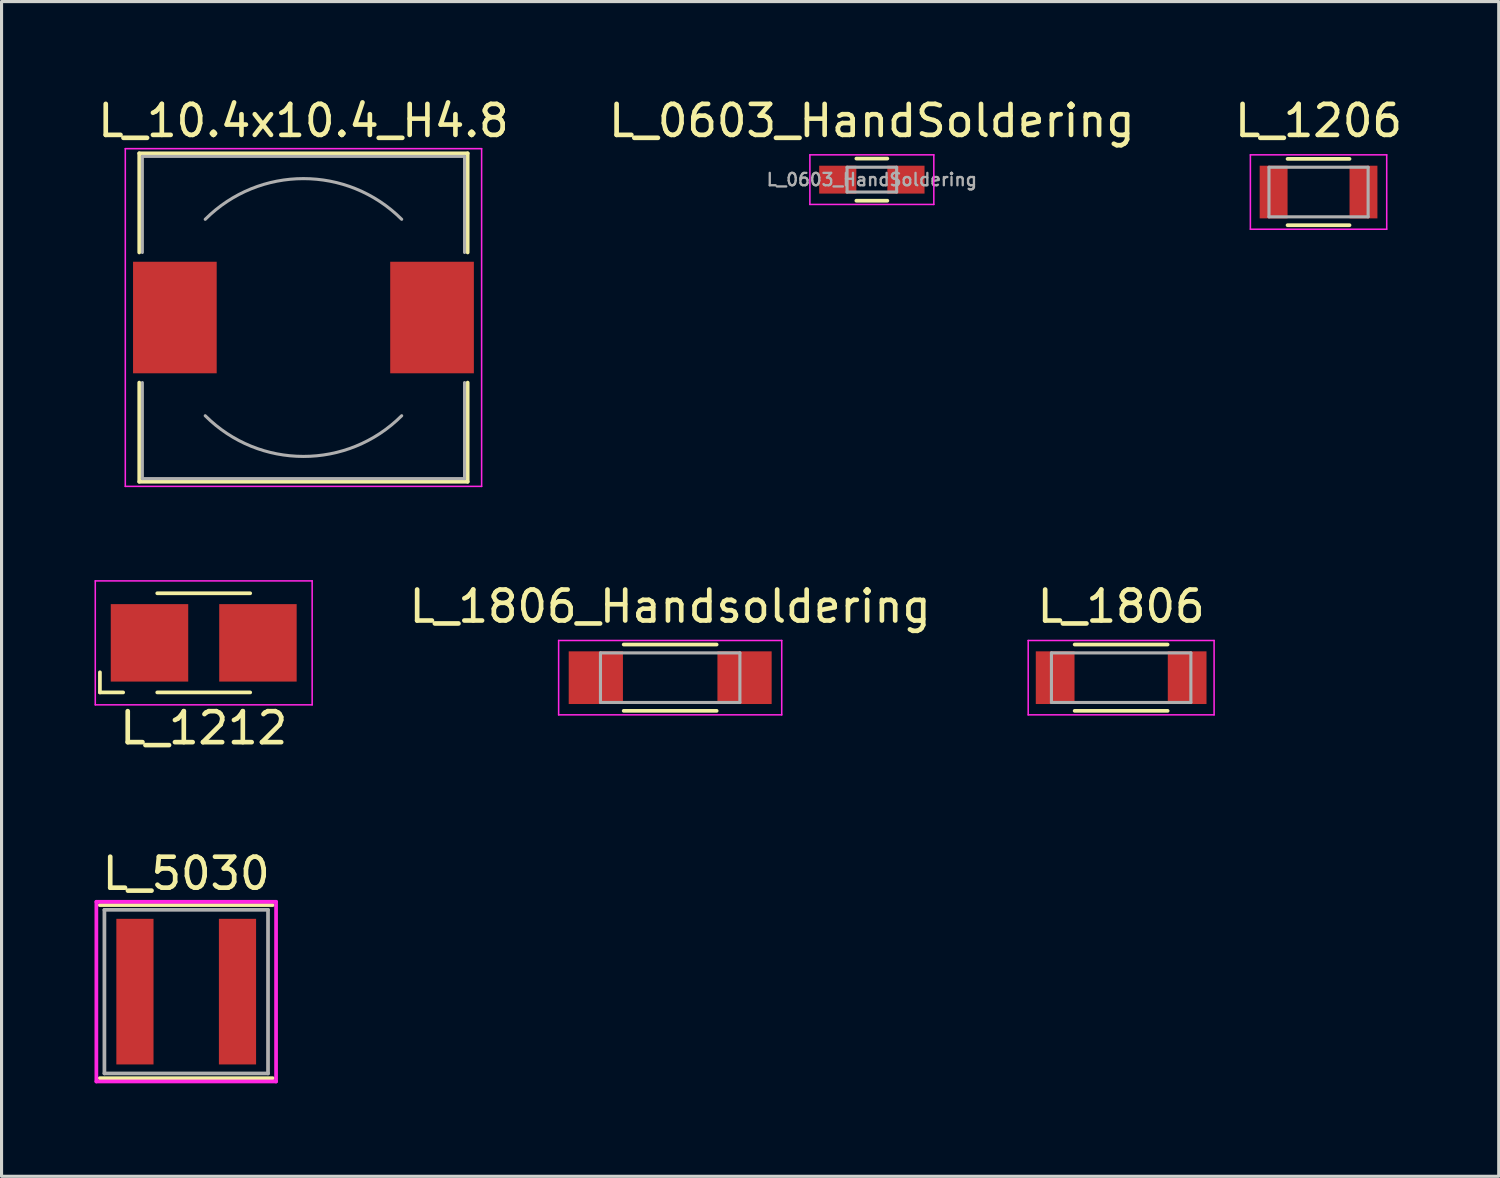
<source format=kicad_pcb>
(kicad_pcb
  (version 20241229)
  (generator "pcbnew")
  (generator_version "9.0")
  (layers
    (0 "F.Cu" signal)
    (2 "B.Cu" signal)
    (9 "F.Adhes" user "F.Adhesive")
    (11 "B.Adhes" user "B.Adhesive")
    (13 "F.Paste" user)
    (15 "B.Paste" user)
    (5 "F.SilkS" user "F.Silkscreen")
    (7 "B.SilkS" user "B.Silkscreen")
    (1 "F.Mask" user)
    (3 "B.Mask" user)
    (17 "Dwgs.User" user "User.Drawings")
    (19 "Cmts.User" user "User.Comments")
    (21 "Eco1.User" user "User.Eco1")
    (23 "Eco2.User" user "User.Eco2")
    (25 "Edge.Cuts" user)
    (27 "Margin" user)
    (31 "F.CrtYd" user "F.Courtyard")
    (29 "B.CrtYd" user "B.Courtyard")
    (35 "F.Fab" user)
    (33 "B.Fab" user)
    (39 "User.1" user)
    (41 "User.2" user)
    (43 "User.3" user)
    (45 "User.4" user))
  (footprint "L_1212"
    (layer "F.Cu")
    (at 3.525 17.698)
    (property "Reference" "L_1212" (at 0 2.75 0) (layer "F.SilkS") (effects (font (size 1 1) (thickness 0.15))))
    (attr smd)
    (fp_line (start -3.35 1.6) (end -3.35 0.95) (stroke (width 0.12) (type solid)) (layer "F.SilkS"))
    (fp_line (start -2.6 1.6) (end -3.35 1.6) (stroke (width 0.12) (type solid)) (layer "F.SilkS"))
    (fp_line (start -1.5 -1.6) (end 1.5 -1.6) (stroke (width 0.12) (type solid)) (layer "F.SilkS"))
    (fp_line (start 1.5 1.6) (end -1.5 1.6) (stroke (width 0.12) (type solid)) (layer "F.SilkS"))
    (fp_line (start -3.5 -2) (end 3.5 -2) (stroke (width 0.05) (type solid)) (layer "F.CrtYd"))
    (fp_line (start -3.5 2) (end -3.5 -2) (stroke (width 0.05) (type solid)) (layer "F.CrtYd"))
    (fp_line (start 3.5 -2) (end 3.5 2) (stroke (width 0.05) (type solid)) (layer "F.CrtYd"))
    (fp_line (start 3.5 2) (end -3.5 2) (stroke (width 0.05) (type solid)) (layer "F.CrtYd"))
    (pad "1" smd rect (at -1.75 0) (size 2.5 2.5) (layers "F.Cu" "F.Mask" "F.Paste"))
    (pad "2" smd rect (at 1.75 0) (size 2.5 2.5) (layers "F.Cu" "F.Mask" "F.Paste")))
  (footprint "L_5030"
    (layer "F.Cu")
    (at 2.96 28.955)
    (property "Reference" "L_5030" (at 0 -3.81 0) (layer "F.SilkS") (effects (font (size 1 1) (thickness 0.15))))
    (attr through_hole)
    (fp_line (start -2.794 -2.794) (end 2.794 -2.794) (stroke (width 0.12) (type solid)) (layer "F.SilkS"))
    (fp_line (start 2.794 2.794) (end -2.794 2.794) (stroke (width 0.12) (type solid)) (layer "F.SilkS"))
    (fp_line (start -2.9 -2.9) (end 2.9 -2.9) (stroke (width 0.12) (type solid)) (layer "F.CrtYd"))
    (fp_line (start -2.9 2.9) (end -2.9 -2.9) (stroke (width 0.12) (type solid)) (layer "F.CrtYd"))
    (fp_line (start 2.9 -2.9) (end 2.9 2.9) (stroke (width 0.12) (type solid)) (layer "F.CrtYd"))
    (fp_line (start 2.9 2.9) (end -2.9 2.9) (stroke (width 0.12) (type solid)) (layer "F.CrtYd"))
    (fp_line (start -2.64 -2.64) (end 2.64 -2.64) (stroke (width 0.12) (type solid)) (layer "F.Fab"))
    (fp_line (start -2.64 2.64) (end -2.64 -2.64) (stroke (width 0.12) (type solid)) (layer "F.Fab"))
    (fp_line (start 2.64 -2.64) (end 2.64 2.64) (stroke (width 0.12) (type solid)) (layer "F.Fab"))
    (fp_line (start 2.64 2.64) (end -2.64 2.64) (stroke (width 0.12) (type solid)) (layer "F.Fab"))
    (pad "1" smd rect (at -1.655 0) (size 1.2 4.7) (layers "F.Cu" "F.Mask" "F.Paste"))
    (pad "2" smd rect (at 1.655 0) (size 1.2 4.7) (layers "F.Cu" "F.Mask" "F.Paste")))
  (footprint "L_10.4x10.4_H4.8"
    (layer "F.Cu")
    (at 6.744 7.198)
    (property "Reference" "L_10.4x10.4_H4.8" (at 0 -6.35 0) (layer "F.SilkS") (effects (font (size 1 1) (thickness 0.15))))
    (attr smd)
    (fp_line (start -5.3 -5.3) (end 5.3 -5.3) (stroke (width 0.12) (type solid)) (layer "F.SilkS"))
    (fp_line (start -5.3 -2.1) (end -5.3 -5.3) (stroke (width 0.12) (type solid)) (layer "F.SilkS"))
    (fp_line (start -5.3 5.3) (end -5.3 2.1) (stroke (width 0.12) (type solid)) (layer "F.SilkS"))
    (fp_line (start 5.3 -5.3) (end 5.3 -2.1) (stroke (width 0.12) (type solid)) (layer "F.SilkS"))
    (fp_line (start 5.3 2.1) (end 5.3 5.3) (stroke (width 0.12) (type solid)) (layer "F.SilkS"))
    (fp_line (start 5.3 5.3) (end -5.3 5.3) (stroke (width 0.12) (type solid)) (layer "F.SilkS"))
    (fp_line (start -5.75 -5.45) (end -5.75 5.45) (stroke (width 0.05) (type solid)) (layer "F.CrtYd"))
    (fp_line (start -5.75 5.45) (end 5.75 5.45) (stroke (width 0.05) (type solid)) (layer "F.CrtYd"))
    (fp_line (start 5.75 -5.45) (end -5.75 -5.45) (stroke (width 0.05) (type solid)) (layer "F.CrtYd"))
    (fp_line (start 5.75 5.45) (end 5.75 -5.45) (stroke (width 0.05) (type solid)) (layer "F.CrtYd"))
    (fp_line (start -5.2 -5.2) (end -5.2 -2.1) (stroke (width 0.1) (type solid)) (layer "F.Fab"))
    (fp_line (start -5.2 -5.2) (end 5.2 -5.2) (stroke (width 0.1) (type solid)) (layer "F.Fab"))
    (fp_line (start -5.2 5.2) (end -5.2 2.1) (stroke (width 0.1) (type solid)) (layer "F.Fab"))
    (fp_line (start -5.2 5.2) (end 5.2 5.2) (stroke (width 0.1) (type solid)) (layer "F.Fab"))
    (fp_line (start 5.2 -5.2) (end 5.2 -2.1) (stroke (width 0.1) (type solid)) (layer "F.Fab"))
    (fp_line (start 5.2 5.2) (end 5.2 2.1) (stroke (width 0.1) (type solid)) (layer "F.Fab"))
    (fp_arc (start -3.17 -3.17) (mid 0 -4.483057) (end 3.17 -3.17) (stroke (width 0.1) (type solid)) (layer "F.Fab"))
    (fp_arc (start 3.17 3.17) (mid 0 4.483057) (end -3.17 3.17) (stroke (width 0.1) (type solid)) (layer "F.Fab"))
    (pad "1" smd rect (at -4.15 0) (size 2.7 3.6) (layers "F.Cu" "F.Mask" "F.Paste"))
    (pad "2" smd rect (at 4.15 0) (size 2.7 3.6) (layers "F.Cu" "F.Mask" "F.Paste")))
  (footprint "L_1806"
    (layer "F.Cu")
    (at 33.135 18.822)
    (property "Reference" "L_1806" (at 0 -2.3 0) (layer "F.SilkS") (effects (font (size 1 1) (thickness 0.15))))
    (attr smd)
    (fp_line (start -1.5 -1.07) (end 1.5 -1.07) (stroke (width 0.12) (type solid)) (layer "F.SilkS"))
    (fp_line (start 1.5 1.07) (end -1.5 1.07) (stroke (width 0.12) (type solid)) (layer "F.SilkS"))
    (fp_line (start -3 -1.2) (end -3 1.2) (stroke (width 0.05) (type solid)) (layer "F.CrtYd"))
    (fp_line (start -3 -1.2) (end 3 -1.2) (stroke (width 0.05) (type solid)) (layer "F.CrtYd"))
    (fp_line (start -3 1.2) (end 3 1.2) (stroke (width 0.05) (type solid)) (layer "F.CrtYd"))
    (fp_line (start 3 -1.2) (end 3 1.2) (stroke (width 0.05) (type solid)) (layer "F.CrtYd"))
    (fp_line (start -2.25 -0.8) (end 2.25 -0.8) (stroke (width 0.1) (type solid)) (layer "F.Fab"))
    (fp_line (start -2.25 0.8) (end -2.25 -0.8) (stroke (width 0.1) (type solid)) (layer "F.Fab"))
    (fp_line (start 2.25 -0.8) (end 2.25 0.8) (stroke (width 0.1) (type solid)) (layer "F.Fab"))
    (fp_line (start 2.25 0.8) (end -2.25 0.8) (stroke (width 0.1) (type solid)) (layer "F.Fab"))
    (pad "1" smd rect (at -2.13 0) (size 1.25 1.7) (layers "F.Cu" "F.Mask" "F.Paste"))
    (pad "2" smd rect (at 2.13 0) (size 1.25 1.7) (layers "F.Cu" "F.Mask" "F.Paste")))
  (footprint "L_0603_HandSoldering"
    (layer "F.Cu")
    (at 25.089 2.748)
    (property "Reference" "L_0603_HandSoldering" (at 0 -1.9 0) (layer "F.SilkS") (effects (font (size 1 1) (thickness 0.15))))
    (attr smd)
    (fp_line (start -0.5 -0.68) (end 0.5 -0.68) (stroke (width 0.12) (type solid)) (layer "F.SilkS"))
    (fp_line (start 0.5 0.68) (end -0.5 0.68) (stroke (width 0.12) (type solid)) (layer "F.SilkS"))
    (fp_line (start -2 -0.8) (end -2 0.8) (stroke (width 0.05) (type solid)) (layer "F.CrtYd"))
    (fp_line (start -2 -0.8) (end 2 -0.8) (stroke (width 0.05) (type solid)) (layer "F.CrtYd"))
    (fp_line (start -2 0.8) (end 2 0.8) (stroke (width 0.05) (type solid)) (layer "F.CrtYd"))
    (fp_line (start 2 -0.8) (end 2 0.8) (stroke (width 0.05) (type solid)) (layer "F.CrtYd"))
    (fp_line (start -0.8 -0.4) (end 0.8 -0.4) (stroke (width 0.1) (type solid)) (layer "F.Fab"))
    (fp_line (start -0.8 0.4) (end -0.8 -0.4) (stroke (width 0.1) (type solid)) (layer "F.Fab"))
    (fp_line (start 0.8 -0.4) (end 0.8 0.4) (stroke (width 0.1) (type solid)) (layer "F.Fab"))
    (fp_line (start 0.8 0.4) (end -0.8 0.4) (stroke (width 0.1) (type solid)) (layer "F.Fab"))
    (fp_text user "${REFERENCE}" (at 0 0 0) (layer "F.Fab") (effects (font (size 0.4 0.4) (thickness 0.075))))
    (pad "1" smd rect (at -1.1 0) (size 1.2 0.9) (layers "F.Cu" "F.Mask" "F.Paste"))
    (pad "2" smd rect (at 1.1 0) (size 1.2 0.9) (layers "F.Cu" "F.Mask" "F.Paste")))
  (footprint "L_1806_Handsoldering"
    (layer "F.Cu")
    (at 18.58 18.822)
    (property "Reference" "L_1806_Handsoldering" (at 0 -2.3 0) (layer "F.SilkS") (effects (font (size 1 1) (thickness 0.15))))
    (attr smd)
    (fp_line (start -1.5 -1.07) (end 1.5 -1.07) (stroke (width 0.12) (type solid)) (layer "F.SilkS"))
    (fp_line (start 1.5 1.07) (end -1.5 1.07) (stroke (width 0.12) (type solid)) (layer "F.SilkS"))
    (fp_line (start -3.6 -1.2) (end -3.6 1.2) (stroke (width 0.05) (type solid)) (layer "F.CrtYd"))
    (fp_line (start -3.6 -1.2) (end 3.6 -1.2) (stroke (width 0.05) (type solid)) (layer "F.CrtYd"))
    (fp_line (start -3.6 1.2) (end 3.6 1.2) (stroke (width 0.05) (type solid)) (layer "F.CrtYd"))
    (fp_line (start 3.6 -1.2) (end 3.6 1.2) (stroke (width 0.05) (type solid)) (layer "F.CrtYd"))
    (fp_line (start -2.25 -0.8) (end 2.25 -0.8) (stroke (width 0.1) (type solid)) (layer "F.Fab"))
    (fp_line (start -2.25 0.8) (end -2.25 -0.8) (stroke (width 0.1) (type solid)) (layer "F.Fab"))
    (fp_line (start 2.25 -0.8) (end 2.25 0.8) (stroke (width 0.1) (type solid)) (layer "F.Fab"))
    (fp_line (start 2.25 0.8) (end -2.25 0.8) (stroke (width 0.1) (type solid)) (layer "F.Fab"))
    (pad "1" smd rect (at -2.4 0) (size 1.75 1.7) (layers "F.Cu" "F.Mask" "F.Paste"))
    (pad "2" smd rect (at 2.4 0) (size 1.75 1.7) (layers "F.Cu" "F.Mask" "F.Paste")))
  (footprint "L_1206"
    (layer "F.Cu")
    (at 39.506 3.148)
    (property "Reference" "L_1206" (at 0 -2.3 0) (layer "F.SilkS") (effects (font (size 1 1) (thickness 0.15))))
    (attr smd)
    (fp_line (start -1 -1.07) (end 1 -1.07) (stroke (width 0.12) (type solid)) (layer "F.SilkS"))
    (fp_line (start 1 1.07) (end -1 1.07) (stroke (width 0.12) (type solid)) (layer "F.SilkS"))
    (fp_line (start -2.2 -1.2) (end -2.2 1.2) (stroke (width 0.05) (type solid)) (layer "F.CrtYd"))
    (fp_line (start -2.2 -1.2) (end 2.2 -1.2) (stroke (width 0.05) (type solid)) (layer "F.CrtYd"))
    (fp_line (start -2.2 1.2) (end 2.2 1.2) (stroke (width 0.05) (type solid)) (layer "F.CrtYd"))
    (fp_line (start 2.2 -1.2) (end 2.2 1.2) (stroke (width 0.05) (type solid)) (layer "F.CrtYd"))
    (fp_line (start -1.6 -0.8) (end 1.6 -0.8) (stroke (width 0.1) (type solid)) (layer "F.Fab"))
    (fp_line (start -1.6 0.8) (end -1.6 -0.8) (stroke (width 0.1) (type solid)) (layer "F.Fab"))
    (fp_line (start 1.6 -0.8) (end 1.6 0.8) (stroke (width 0.1) (type solid)) (layer "F.Fab"))
    (fp_line (start 1.6 0.8) (end -1.6 0.8) (stroke (width 0.1) (type solid)) (layer "F.Fab"))
    (pad "1" smd rect (at -1.45 0) (size 0.9 1.7) (layers "F.Cu" "F.Mask" "F.Paste"))
    (pad "2" smd rect (at 1.45 0) (size 0.9 1.7) (layers "F.Cu" "F.Mask" "F.Paste")))
  (gr_rect
    (start -3 -3)
    (end 45.321 34.915)
    (stroke (width 0.1) (type default))
    (fill no)
    (layer "Edge.Cuts")))
</source>
